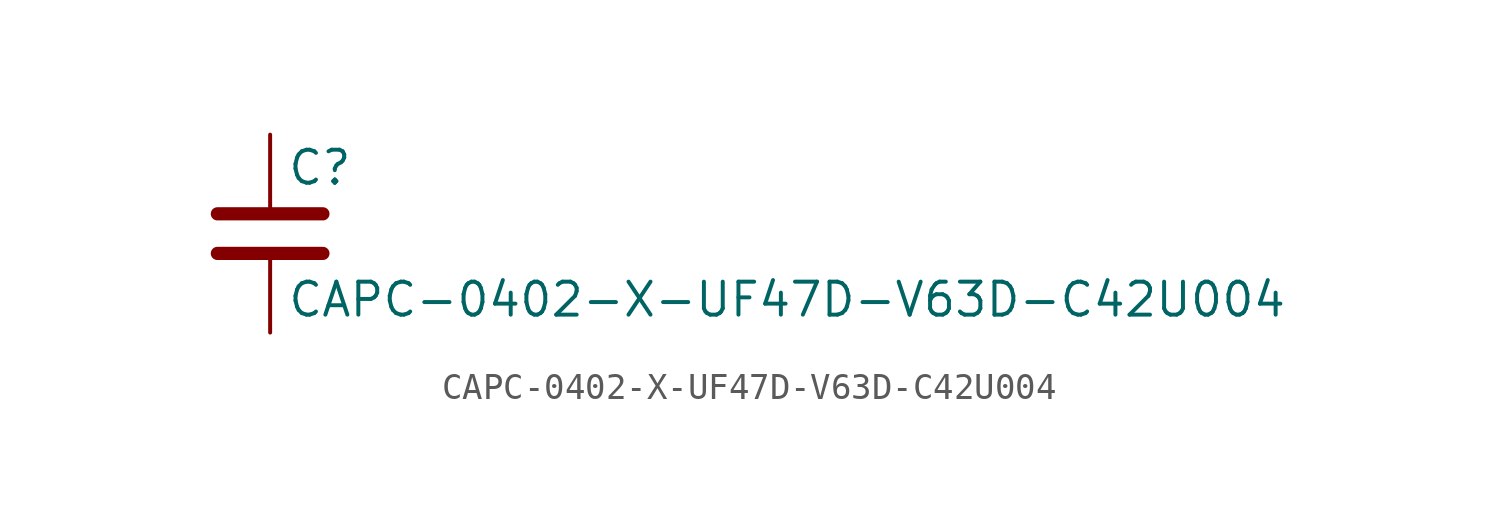
<source format=kicad_sym>
(kicad_symbol_lib
  (version 20211014)
  (generator kicad_symbol_editor)
  (symbol "CAPC-0402-X-UF47D-V63D-C42U004"
    (pin_numbers hide)
    (pin_names
      (offset 0.254))
    (property "Reference" "C"
      (at 0.635 2.54 0)
      (effects (font (size 1.27 1.27)) (justify left)))
    (property "Value" "CAPC-0402-X-UF47D-V63D-C42U004"
      (at 0.635 -2.54 0)
      (effects (font (size 1.27 1.27)) (justify left)))
    (symbol "CAPC-0402-X-UF47D-V63D-C42U004_0_1"
      (polyline (pts (xy -2.032 -0.762) (xy 2.032 -0.762)) (stroke (width 0.508) (type default) (color 0 0 0 0)) (fill (type none)))
      (polyline (pts (xy -2.032 0.762) (xy 2.032 0.762)) (stroke (width 0.508) (type default) (color 0 0 0 0)) (fill (type none))))
    (symbol "CAPC-0402-X-UF47D-V63D-C42U004_1_1"
      (pin passive line (at 0 3.81 270) (length 2.794) (name "~" (effects (font (size 1.27 1.27)))) (number "1" (effects (font (size 1.27 1.27)))))
      (pin passive line (at 0 -3.81 90) (length 2.794) (name "~" (effects (font (size 1.27 1.27)))) (number "2" (effects (font (size 1.27 1.27))))))))
</source>
